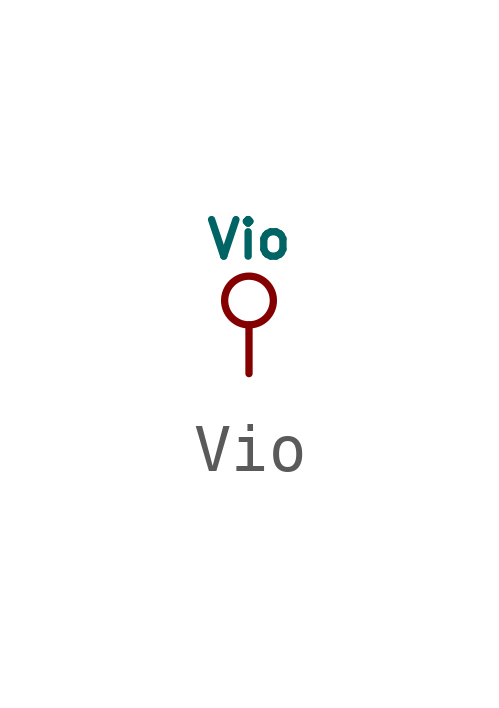
<source format=kicad_sym>
(kicad_symbol_lib
  (version 20241209)
  (generator "kicad_symbol_editor")
  (generator_version "9.0")
  (symbol "Vio"
    (power)
    (pin_names
      (offset 0))
    (property "Reference" "#PWR"
      (at 0 -1.016 0)
      (effects (font (size 0.762 0.762)) (hide yes)))
    (property "Value" "Vio"
      (at 0 2.794 0)
      (effects (font (size 0.762 0.762))))
    (property "Footprint" ""
      (at 0 0 0)
      (effects (font (size 1.524 1.524))))
    (property "Datasheet" ""
      (at 0 0 0)
      (effects (font (size 1.524 1.524))))
    (symbol "Vio_0_0"
      (pin power_in line (at 0 0 90) (length 0) (hide yes) (name "Vio" (effects (font (size 0.762 0.762)))) (number "1" (effects (font (size 0.762 0.762))))))
    (symbol "Vio_0_1"
      (circle (center 0 1.524) (radius 0.508) (stroke (width 0) (type default)) (fill (type none)))
      (polyline (pts (xy 0 0) (xy 0 1.016) (xy 0 1.016)) (stroke (width 0) (type default)) (fill (type none))))))
</source>
